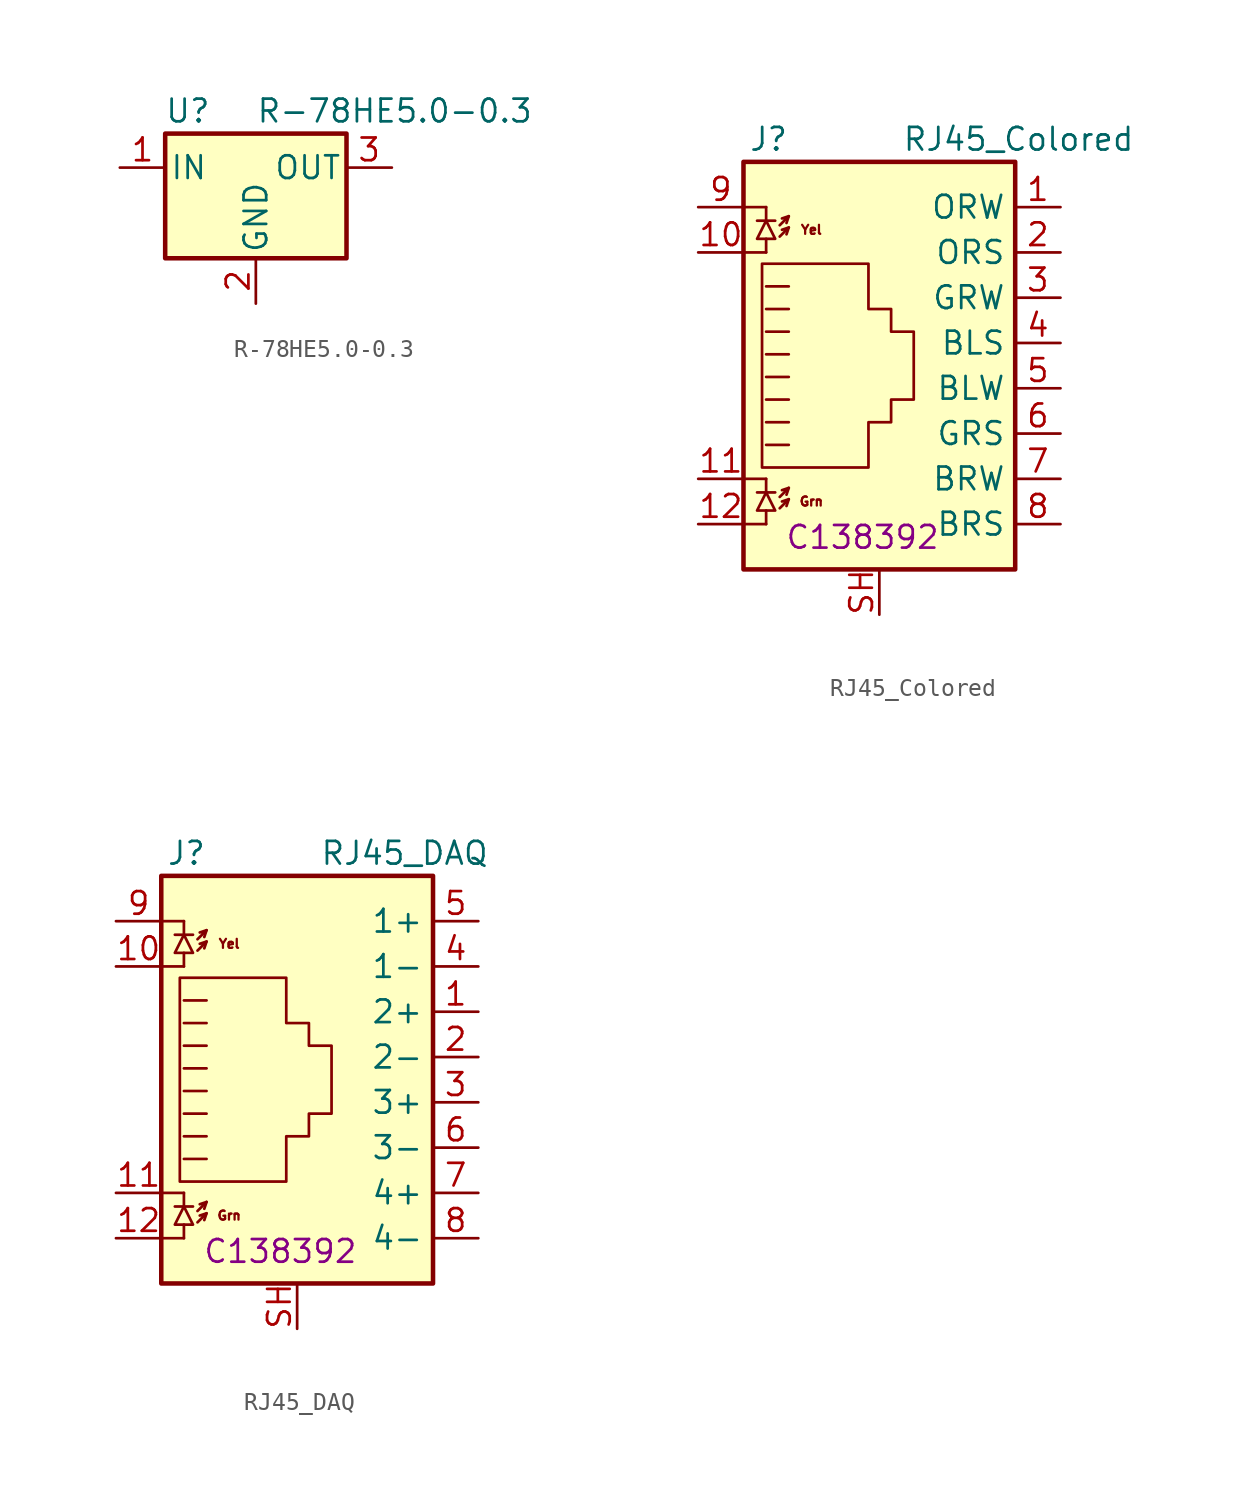
<source format=kicad_sym>
(kicad_symbol_lib
  (version 20211014)
  (generator kicad_symbol_editor)
  (symbol "R-78HE5.0-0.3"
    (pin_names
      (offset 0.254))
    (property "Reference" "U"
      (at -3.81 3.175 0)
      (effects (font (size 1.27 1.27))))
    (property "Value" "R-78HE5.0-0.3"
      (at 0 3.175 0)
      (effects (font (size 1.27 1.27)) (justify left)))
    (symbol "R-78HE5.0-0.3_0_1"
      (rectangle (start -5.08 1.905) (end 5.08 -5.08) (stroke (width 0.254) (type default) (color 0 0 0 0)) (fill (type background))))
    (symbol "R-78HE5.0-0.3_1_1"
      (pin power_in line (at -7.62 0 0) (length 2.54) (name "IN" (effects (font (size 1.27 1.27)))) (number "1" (effects (font (size 1.27 1.27)))))
      (pin power_in line (at 0 -7.62 90) (length 2.54) (name "GND" (effects (font (size 1.27 1.27)))) (number "2" (effects (font (size 1.27 1.27)))))
      (pin power_out line (at 7.62 0 180) (length 2.54) (name "OUT" (effects (font (size 1.27 1.27)))) (number "3" (effects (font (size 1.27 1.27)))))))
  (symbol "RJ45_Colored"
    (property "Reference" "J"
      (at -5.08 13.97 0)
      (effects (font (size 1.27 1.27)) (justify right)))
    (property "Value" "RJ45_Colored"
      (at 1.27 13.97 0)
      (effects (font (size 1.27 1.27)) (justify left)))
    (property "lcsc" "C138392"
      (at -0.94 -8.357 0)
      (effects (font (size 1.27 1.27))))
    (symbol "RJ45_Colored_0_0"
      (text "Grn" (at -3.81 -6.35 0) (effects (font (size 0.508 0.508))))
      (text "Yel" (at -3.81 8.89 0) (effects (font (size 0.508 0.508)))))
    (symbol "RJ45_Colored_0_1"
      (polyline (pts (xy -7.62 -7.62) (xy -6.35 -7.62)) (stroke (width 0) (type default) (color 0 0 0 0)) (fill (type none)))
      (polyline (pts (xy -7.62 -5.08) (xy -6.35 -5.08)) (stroke (width 0) (type default) (color 0 0 0 0)) (fill (type none)))
      (polyline (pts (xy -7.62 7.62) (xy -6.35 7.62)) (stroke (width 0) (type default) (color 0 0 0 0)) (fill (type none)))
      (polyline (pts (xy -7.62 10.16) (xy -6.35 10.16)) (stroke (width 0) (type default) (color 0 0 0 0)) (fill (type none)))
      (polyline (pts (xy -6.858 -5.842) (xy -5.842 -5.842)) (stroke (width 0) (type default) (color 0 0 0 0)) (fill (type none)))
      (polyline (pts (xy -6.858 9.398) (xy -5.842 9.398)) (stroke (width 0) (type default) (color 0 0 0 0)) (fill (type none)))
      (polyline (pts (xy -6.35 -7.62) (xy -6.35 -6.858)) (stroke (width 0) (type default) (color 0 0 0 0)) (fill (type none)))
      (polyline (pts (xy -6.35 -5.08) (xy -6.35 -5.842)) (stroke (width 0) (type default) (color 0 0 0 0)) (fill (type none)))
      (polyline (pts (xy -6.35 7.62) (xy -6.35 8.382)) (stroke (width 0) (type default) (color 0 0 0 0)) (fill (type none)))
      (polyline (pts (xy -6.35 10.16) (xy -6.35 9.398)) (stroke (width 0) (type default) (color 0 0 0 0)) (fill (type none)))
      (polyline (pts (xy -5.08 -6.223) (xy -5.207 -6.604)) (stroke (width 0) (type default) (color 0 0 0 0)) (fill (type none)))
      (polyline (pts (xy -5.08 -5.588) (xy -5.207 -5.969)) (stroke (width 0) (type default) (color 0 0 0 0)) (fill (type none)))
      (polyline (pts (xy -5.08 4.445) (xy -6.35 4.445)) (stroke (width 0) (type default) (color 0 0 0 0)) (fill (type none)))
      (polyline (pts (xy -5.08 5.715) (xy -6.35 5.715)) (stroke (width 0) (type default) (color 0 0 0 0)) (fill (type none)))
      (polyline (pts (xy -5.08 9.017) (xy -5.207 8.636)) (stroke (width 0) (type default) (color 0 0 0 0)) (fill (type none)))
      (polyline (pts (xy -5.08 9.652) (xy -5.207 9.271)) (stroke (width 0) (type default) (color 0 0 0 0)) (fill (type none)))
      (polyline (pts (xy -6.35 -3.175) (xy -5.08 -3.175) (xy -5.08 -3.175)) (stroke (width 0) (type default) (color 0 0 0 0)) (fill (type none)))
      (polyline (pts (xy -6.35 -1.905) (xy -5.08 -1.905) (xy -5.08 -1.905)) (stroke (width 0) (type default) (color 0 0 0 0)) (fill (type none)))
      (polyline (pts (xy -6.35 -0.635) (xy -5.08 -0.635) (xy -5.08 -0.635)) (stroke (width 0) (type default) (color 0 0 0 0)) (fill (type none)))
      (polyline (pts (xy -6.35 0.635) (xy -5.08 0.635) (xy -5.08 0.635)) (stroke (width 0) (type default) (color 0 0 0 0)) (fill (type none)))
      (polyline (pts (xy -6.35 1.905) (xy -5.08 1.905) (xy -5.08 1.905)) (stroke (width 0) (type default) (color 0 0 0 0)) (fill (type none)))
      (polyline (pts (xy -5.588 -6.731) (xy -5.08 -6.223) (xy -5.461 -6.35)) (stroke (width 0) (type default) (color 0 0 0 0)) (fill (type none)))
      (polyline (pts (xy -5.588 -6.096) (xy -5.08 -5.588) (xy -5.461 -5.715)) (stroke (width 0) (type default) (color 0 0 0 0)) (fill (type none)))
      (polyline (pts (xy -5.588 8.509) (xy -5.08 9.017) (xy -5.461 8.89)) (stroke (width 0) (type default) (color 0 0 0 0)) (fill (type none)))
      (polyline (pts (xy -5.588 9.144) (xy -5.08 9.652) (xy -5.461 9.525)) (stroke (width 0) (type default) (color 0 0 0 0)) (fill (type none)))
      (polyline (pts (xy -5.08 3.175) (xy -6.35 3.175) (xy -6.35 3.175)) (stroke (width 0) (type default) (color 0 0 0 0)) (fill (type none)))
      (polyline (pts (xy -6.35 -5.842) (xy -6.858 -6.858) (xy -5.842 -6.858) (xy -6.35 -5.842)) (stroke (width 0) (type default) (color 0 0 0 0)) (fill (type none)))
      (polyline (pts (xy -6.35 9.398) (xy -6.858 8.382) (xy -5.842 8.382) (xy -6.35 9.398)) (stroke (width 0) (type default) (color 0 0 0 0)) (fill (type none)))
      (polyline (pts (xy -6.579 -4.42) (xy -6.579 6.985) (xy -0.61 6.985) (xy -0.61 4.445) (xy 0.66 4.445) (xy 0.66 3.175) (xy 1.93 3.175) (xy 1.93 -0.635) (xy 0.66 -0.635) (xy 0.66 -1.905) (xy -0.61 -1.905) (xy -0.61 -4.445) (xy -6.579 -4.445) (xy -6.579 -4.42)) (stroke (width 0) (type default) (color 0 0 0 0)) (fill (type none)))
      (rectangle (start 7.62 12.7) (end -7.62 -10.16) (stroke (width 0.254) (type default) (color 0 0 0 0)) (fill (type background))))
    (symbol "RJ45_Colored_1_1"
      (pin passive line (at 10.16 10.16 180) (length 2.54) (name "ORW" (effects (font (size 1.27 1.27)))) (number "1" (effects (font (size 1.27 1.27)))))
      (pin passive line (at -10.16 7.62 0) (length 2.54) (name "~" (effects (font (size 1.27 1.27)))) (number "10" (effects (font (size 1.27 1.27)))))
      (pin passive line (at -10.16 -5.08 0) (length 2.54) (name "~" (effects (font (size 1.27 1.27)))) (number "11" (effects (font (size 1.27 1.27)))))
      (pin passive line (at -10.16 -7.62 0) (length 2.54) (name "~" (effects (font (size 1.27 1.27)))) (number "12" (effects (font (size 1.27 1.27)))))
      (pin passive line (at 10.16 7.62 180) (length 2.54) (name "ORS" (effects (font (size 1.27 1.27)))) (number "2" (effects (font (size 1.27 1.27)))))
      (pin passive line (at 10.16 5.08 180) (length 2.54) (name "GRW" (effects (font (size 1.27 1.27)))) (number "3" (effects (font (size 1.27 1.27)))))
      (pin passive line (at 10.16 2.54 180) (length 2.54) (name "BLS" (effects (font (size 1.27 1.27)))) (number "4" (effects (font (size 1.27 1.27)))))
      (pin passive line (at 10.16 0 180) (length 2.54) (name "BLW" (effects (font (size 1.27 1.27)))) (number "5" (effects (font (size 1.27 1.27)))))
      (pin passive line (at 10.16 -2.54 180) (length 2.54) (name "GRS" (effects (font (size 1.27 1.27)))) (number "6" (effects (font (size 1.27 1.27)))))
      (pin passive line (at 10.16 -5.08 180) (length 2.54) (name "BRW" (effects (font (size 1.27 1.27)))) (number "7" (effects (font (size 1.27 1.27)))))
      (pin passive line (at 10.16 -7.62 180) (length 2.54) (name "BRS" (effects (font (size 1.27 1.27)))) (number "8" (effects (font (size 1.27 1.27)))))
      (pin passive line (at -10.16 10.16 0) (length 2.54) (name "~" (effects (font (size 1.27 1.27)))) (number "9" (effects (font (size 1.27 1.27)))))
      (pin passive line (at 0 -12.7 90) (length 2.54) (name "~" (effects (font (size 1.27 1.27)))) (number "SH" (effects (font (size 1.27 1.27)))))))
  (symbol "RJ45_DAQ"
    (property "Reference" "J"
      (at -5.08 13.97 0)
      (effects (font (size 1.27 1.27)) (justify right)))
    (property "Value" "RJ45_DAQ"
      (at 1.27 13.97 0)
      (effects (font (size 1.27 1.27)) (justify left)))
    (property "lcsc" "C138392"
      (at -0.94 -8.357 0)
      (effects (font (size 1.27 1.27))))
    (symbol "RJ45_DAQ_0_0"
      (text "Grn" (at -3.81 -6.35 0) (effects (font (size 0.508 0.508))))
      (text "Yel" (at -3.81 8.89 0) (effects (font (size 0.508 0.508)))))
    (symbol "RJ45_DAQ_0_1"
      (polyline (pts (xy -7.62 -7.62) (xy -6.35 -7.62)) (stroke (width 0) (type default) (color 0 0 0 0)) (fill (type none)))
      (polyline (pts (xy -7.62 -5.08) (xy -6.35 -5.08)) (stroke (width 0) (type default) (color 0 0 0 0)) (fill (type none)))
      (polyline (pts (xy -7.62 7.62) (xy -6.35 7.62)) (stroke (width 0) (type default) (color 0 0 0 0)) (fill (type none)))
      (polyline (pts (xy -7.62 10.16) (xy -6.35 10.16)) (stroke (width 0) (type default) (color 0 0 0 0)) (fill (type none)))
      (polyline (pts (xy -6.858 -5.842) (xy -5.842 -5.842)) (stroke (width 0) (type default) (color 0 0 0 0)) (fill (type none)))
      (polyline (pts (xy -6.858 9.398) (xy -5.842 9.398)) (stroke (width 0) (type default) (color 0 0 0 0)) (fill (type none)))
      (polyline (pts (xy -6.35 -7.62) (xy -6.35 -6.858)) (stroke (width 0) (type default) (color 0 0 0 0)) (fill (type none)))
      (polyline (pts (xy -6.35 -5.08) (xy -6.35 -5.842)) (stroke (width 0) (type default) (color 0 0 0 0)) (fill (type none)))
      (polyline (pts (xy -6.35 7.62) (xy -6.35 8.382)) (stroke (width 0) (type default) (color 0 0 0 0)) (fill (type none)))
      (polyline (pts (xy -6.35 10.16) (xy -6.35 9.398)) (stroke (width 0) (type default) (color 0 0 0 0)) (fill (type none)))
      (polyline (pts (xy -5.08 -6.223) (xy -5.207 -6.604)) (stroke (width 0) (type default) (color 0 0 0 0)) (fill (type none)))
      (polyline (pts (xy -5.08 -5.588) (xy -5.207 -5.969)) (stroke (width 0) (type default) (color 0 0 0 0)) (fill (type none)))
      (polyline (pts (xy -5.08 4.445) (xy -6.35 4.445)) (stroke (width 0) (type default) (color 0 0 0 0)) (fill (type none)))
      (polyline (pts (xy -5.08 5.715) (xy -6.35 5.715)) (stroke (width 0) (type default) (color 0 0 0 0)) (fill (type none)))
      (polyline (pts (xy -5.08 9.017) (xy -5.207 8.636)) (stroke (width 0) (type default) (color 0 0 0 0)) (fill (type none)))
      (polyline (pts (xy -5.08 9.652) (xy -5.207 9.271)) (stroke (width 0) (type default) (color 0 0 0 0)) (fill (type none)))
      (polyline (pts (xy -6.35 -3.175) (xy -5.08 -3.175) (xy -5.08 -3.175)) (stroke (width 0) (type default) (color 0 0 0 0)) (fill (type none)))
      (polyline (pts (xy -6.35 -1.905) (xy -5.08 -1.905) (xy -5.08 -1.905)) (stroke (width 0) (type default) (color 0 0 0 0)) (fill (type none)))
      (polyline (pts (xy -6.35 -0.635) (xy -5.08 -0.635) (xy -5.08 -0.635)) (stroke (width 0) (type default) (color 0 0 0 0)) (fill (type none)))
      (polyline (pts (xy -6.35 0.635) (xy -5.08 0.635) (xy -5.08 0.635)) (stroke (width 0) (type default) (color 0 0 0 0)) (fill (type none)))
      (polyline (pts (xy -6.35 1.905) (xy -5.08 1.905) (xy -5.08 1.905)) (stroke (width 0) (type default) (color 0 0 0 0)) (fill (type none)))
      (polyline (pts (xy -5.588 -6.731) (xy -5.08 -6.223) (xy -5.461 -6.35)) (stroke (width 0) (type default) (color 0 0 0 0)) (fill (type none)))
      (polyline (pts (xy -5.588 -6.096) (xy -5.08 -5.588) (xy -5.461 -5.715)) (stroke (width 0) (type default) (color 0 0 0 0)) (fill (type none)))
      (polyline (pts (xy -5.588 8.509) (xy -5.08 9.017) (xy -5.461 8.89)) (stroke (width 0) (type default) (color 0 0 0 0)) (fill (type none)))
      (polyline (pts (xy -5.588 9.144) (xy -5.08 9.652) (xy -5.461 9.525)) (stroke (width 0) (type default) (color 0 0 0 0)) (fill (type none)))
      (polyline (pts (xy -5.08 3.175) (xy -6.35 3.175) (xy -6.35 3.175)) (stroke (width 0) (type default) (color 0 0 0 0)) (fill (type none)))
      (polyline (pts (xy -6.35 -5.842) (xy -6.858 -6.858) (xy -5.842 -6.858) (xy -6.35 -5.842)) (stroke (width 0) (type default) (color 0 0 0 0)) (fill (type none)))
      (polyline (pts (xy -6.35 9.398) (xy -6.858 8.382) (xy -5.842 8.382) (xy -6.35 9.398)) (stroke (width 0) (type default) (color 0 0 0 0)) (fill (type none)))
      (polyline (pts (xy -6.579 -4.42) (xy -6.579 6.985) (xy -0.61 6.985) (xy -0.61 4.445) (xy 0.66 4.445) (xy 0.66 3.175) (xy 1.93 3.175) (xy 1.93 -0.635) (xy 0.66 -0.635) (xy 0.66 -1.905) (xy -0.61 -1.905) (xy -0.61 -4.445) (xy -6.579 -4.445) (xy -6.579 -4.42)) (stroke (width 0) (type default) (color 0 0 0 0)) (fill (type none)))
      (rectangle (start 7.62 12.7) (end -7.62 -10.16) (stroke (width 0.254) (type default) (color 0 0 0 0)) (fill (type background))))
    (symbol "RJ45_DAQ_1_1"
      (pin passive line (at 10.16 5.08 180) (length 2.54) (name "2+" (effects (font (size 1.27 1.27)))) (number "1" (effects (font (size 1.27 1.27)))))
      (pin passive line (at -10.16 7.62 0) (length 2.54) (name "~" (effects (font (size 1.27 1.27)))) (number "10" (effects (font (size 1.27 1.27)))))
      (pin passive line (at -10.16 -5.08 0) (length 2.54) (name "~" (effects (font (size 1.27 1.27)))) (number "11" (effects (font (size 1.27 1.27)))))
      (pin passive line (at -10.16 -7.62 0) (length 2.54) (name "~" (effects (font (size 1.27 1.27)))) (number "12" (effects (font (size 1.27 1.27)))))
      (pin passive line (at 10.16 2.54 180) (length 2.54) (name "2-" (effects (font (size 1.27 1.27)))) (number "2" (effects (font (size 1.27 1.27)))))
      (pin passive line (at 10.16 0 180) (length 2.54) (name "3+" (effects (font (size 1.27 1.27)))) (number "3" (effects (font (size 1.27 1.27)))))
      (pin passive line (at 10.16 7.62 180) (length 2.54) (name "1-" (effects (font (size 1.27 1.27)))) (number "4" (effects (font (size 1.27 1.27)))))
      (pin passive line (at 10.16 10.16 180) (length 2.54) (name "1+" (effects (font (size 1.27 1.27)))) (number "5" (effects (font (size 1.27 1.27)))))
      (pin passive line (at 10.16 -2.54 180) (length 2.54) (name "3-" (effects (font (size 1.27 1.27)))) (number "6" (effects (font (size 1.27 1.27)))))
      (pin passive line (at 10.16 -5.08 180) (length 2.54) (name "4+" (effects (font (size 1.27 1.27)))) (number "7" (effects (font (size 1.27 1.27)))))
      (pin passive line (at 10.16 -7.62 180) (length 2.54) (name "4-" (effects (font (size 1.27 1.27)))) (number "8" (effects (font (size 1.27 1.27)))))
      (pin passive line (at -10.16 10.16 0) (length 2.54) (name "~" (effects (font (size 1.27 1.27)))) (number "9" (effects (font (size 1.27 1.27)))))
      (pin passive line (at 0 -12.7 90) (length 2.54) (name "~" (effects (font (size 1.27 1.27)))) (number "SH" (effects (font (size 1.27 1.27))))))))
</source>
